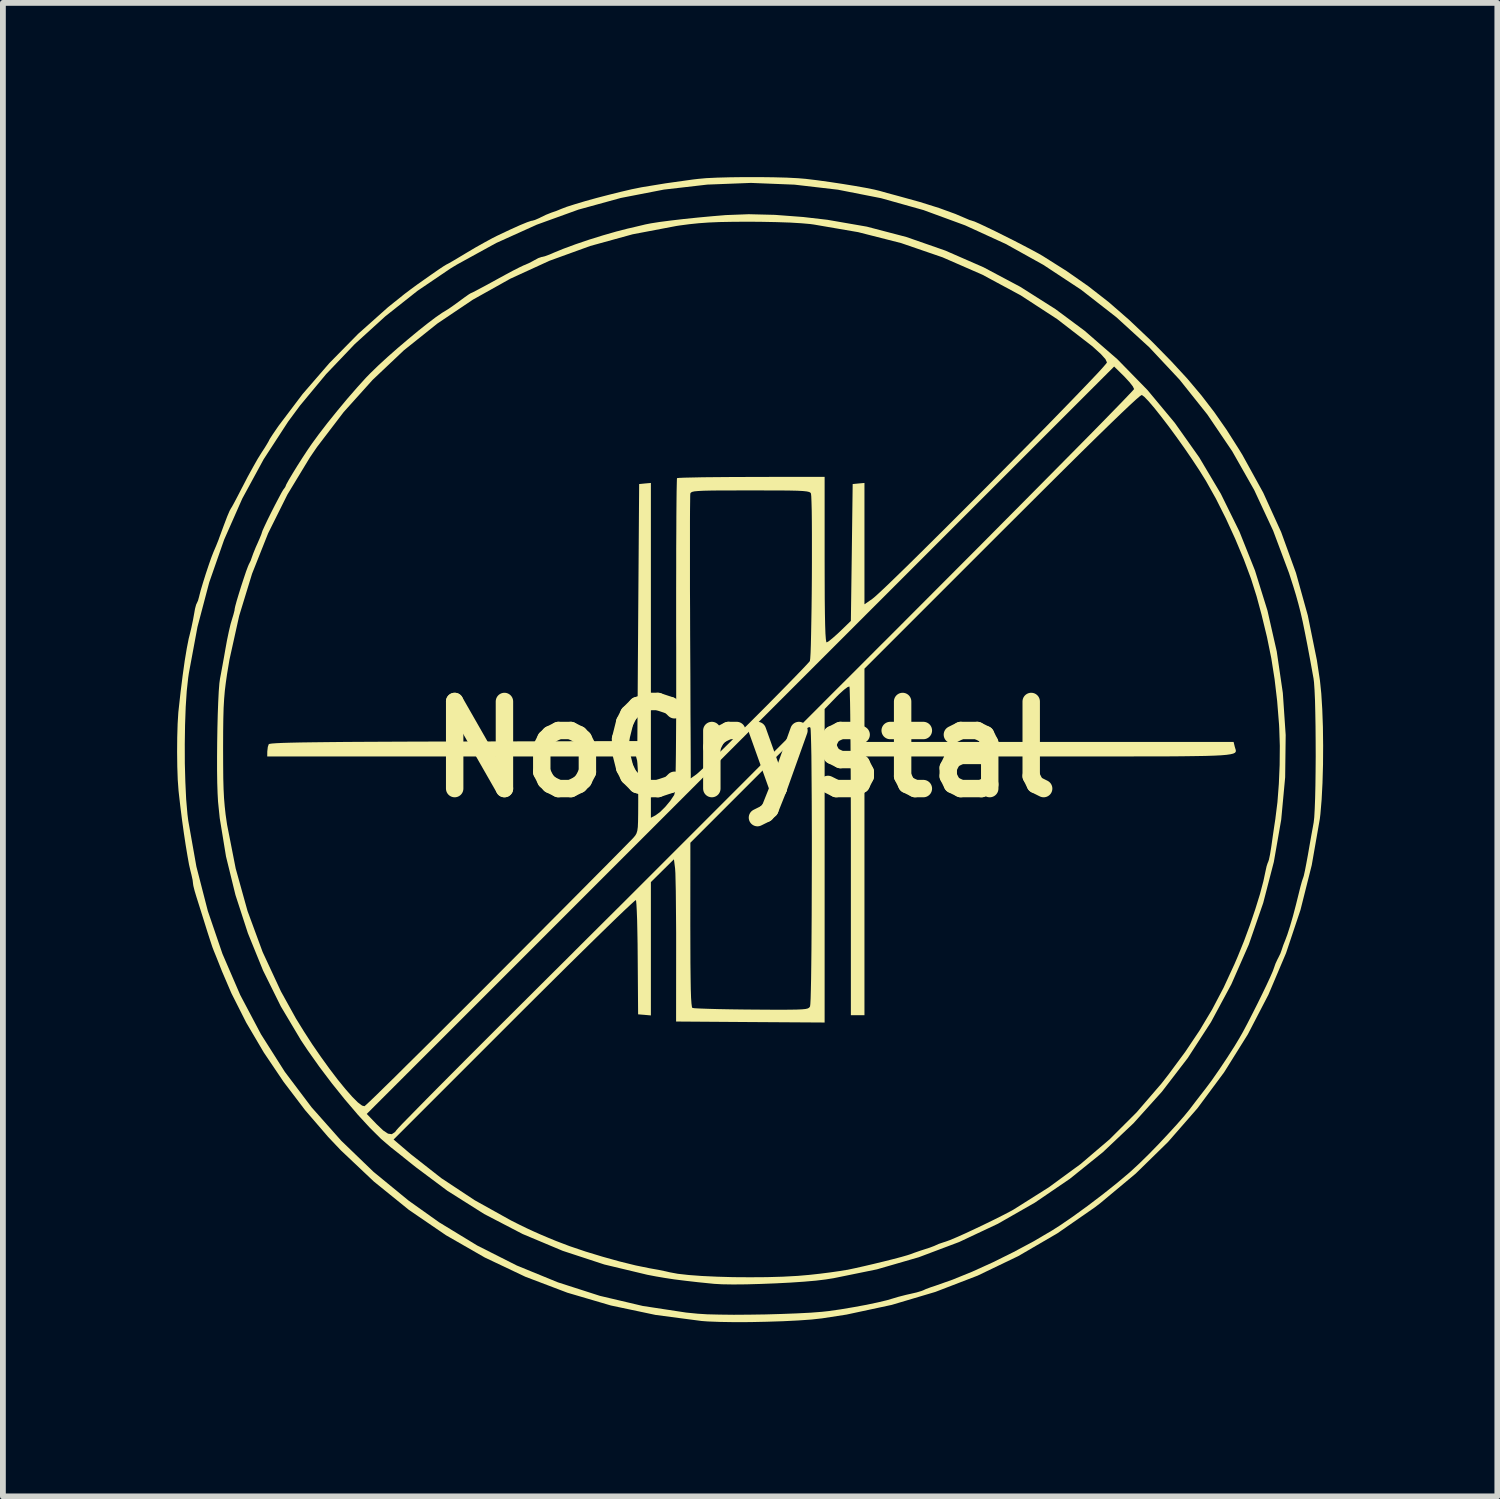
<source format=kicad_pcb>
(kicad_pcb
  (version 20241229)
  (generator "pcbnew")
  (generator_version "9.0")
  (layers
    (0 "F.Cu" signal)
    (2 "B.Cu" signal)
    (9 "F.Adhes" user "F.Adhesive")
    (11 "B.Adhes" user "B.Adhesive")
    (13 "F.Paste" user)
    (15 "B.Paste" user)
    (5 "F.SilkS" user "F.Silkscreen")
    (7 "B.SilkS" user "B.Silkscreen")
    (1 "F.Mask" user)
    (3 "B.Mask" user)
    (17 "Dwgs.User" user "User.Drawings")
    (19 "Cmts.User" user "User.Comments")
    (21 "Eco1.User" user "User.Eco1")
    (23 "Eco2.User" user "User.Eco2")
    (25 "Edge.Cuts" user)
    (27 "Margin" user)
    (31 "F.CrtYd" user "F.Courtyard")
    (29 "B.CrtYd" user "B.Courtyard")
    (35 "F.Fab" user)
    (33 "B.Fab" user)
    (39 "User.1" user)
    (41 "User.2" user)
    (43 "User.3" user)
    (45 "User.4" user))
  (footprint "NoCrystal"
    (layer "F.Cu")
    (at 9.78 9.852)
    (property "Reference" "NoCrystal" (at 0 0 0) (layer "F.SilkS") (effects (font (size 1.5 1.5) (thickness 0.3))))
    (attr board_only exclude_from_pos_files exclude_from_bom)
    (fp_poly (pts (xy 0.245 -9.852) (xy 0.492 -9.849) (xy 0.719 -9.843) (xy 0.913 -9.833) (xy 1.044 -9.822) (xy 1.243 -9.798) (xy 1.459 -9.768) (xy 1.678 -9.735) (xy 1.887 -9.701) (xy 2.074 -9.668) (xy 2.224 -9.638) (xy 2.322 -9.614) (xy 2.449 -9.578) (xy 2.59 -9.54) (xy 2.649 -9.524) (xy 3.014 -9.423) (xy 3.342 -9.32) (xy 3.622 -9.218) (xy 3.791 -9.146) (xy 3.863 -9.115) (xy 3.909 -9.101) (xy 3.911 -9.1) (xy 3.952 -9.087) (xy 4.038 -9.049) (xy 4.159 -8.992) (xy 4.305 -8.922) (xy 4.465 -8.842) (xy 4.631 -8.759) (xy 4.791 -8.676) (xy 4.936 -8.6) (xy 5.056 -8.535) (xy 5.13 -8.492) (xy 5.539 -8.234) (xy 5.911 -7.974) (xy 6.264 -7.699) (xy 6.612 -7.396) (xy 6.973 -7.054) (xy 7.031 -6.997) (xy 7.344 -6.677) (xy 7.617 -6.381) (xy 7.859 -6.094) (xy 8.081 -5.805) (xy 8.293 -5.501) (xy 8.504 -5.169) (xy 8.564 -5.071) (xy 8.925 -4.416) (xy 9.233 -3.739) (xy 9.488 -3.036) (xy 9.692 -2.303) (xy 9.848 -1.534) (xy 9.901 -1.184) (xy 9.924 -0.96) (xy 9.941 -0.687) (xy 9.952 -0.383) (xy 9.956 -0.06) (xy 9.954 0.266) (xy 9.945 0.581) (xy 9.93 0.869) (xy 9.909 1.117) (xy 9.899 1.2) (xy 9.76 1.996) (xy 9.566 2.768) (xy 9.317 3.512) (xy 9.014 4.227) (xy 8.659 4.911) (xy 8.251 5.564) (xy 7.793 6.182) (xy 7.285 6.764) (xy 6.728 7.309) (xy 6.123 7.814) (xy 6.027 7.888) (xy 5.38 8.337) (xy 4.707 8.729) (xy 4.006 9.066) (xy 3.279 9.346) (xy 2.526 9.57) (xy 1.747 9.737) (xy 1.325 9.802) (xy 1.143 9.822) (xy 0.915 9.838) (xy 0.654 9.851) (xy 0.375 9.86) (xy 0.092 9.866) (xy -0.182 9.867) (xy -0.431 9.863) (xy -0.641 9.855) (xy -0.748 9.847) (xy -1.539 9.743) (xy -2.31 9.58) (xy -3.059 9.36) (xy -3.783 9.085) (xy -4.481 8.754) (xy -5.15 8.37) (xy -5.788 7.934) (xy -6.392 7.445) (xy -6.961 6.907) (xy -7.179 6.677) (xy -7.575 6.217) (xy -7.946 5.729) (xy -8.287 5.223) (xy -8.589 4.71) (xy -8.846 4.201) (xy -9.007 3.825) (xy -9.058 3.696) (xy -9.105 3.578) (xy -9.14 3.492) (xy -9.147 3.475) (xy -9.173 3.407) (xy -9.21 3.295) (xy -9.254 3.159) (xy -9.287 3.054) (xy -9.336 2.897) (xy -9.385 2.741) (xy -9.427 2.608) (xy -9.446 2.548) (xy -9.478 2.442) (xy -9.5 2.354) (xy -9.506 2.313) (xy -9.513 2.253) (xy -9.534 2.158) (xy -9.552 2.087) (xy -9.575 1.986) (xy -9.602 1.835) (xy -9.633 1.648) (xy -9.665 1.436) (xy -9.696 1.213) (xy -9.724 0.99) (xy -9.748 0.781) (xy -9.755 0.717) (xy -9.769 0.528) (xy -9.777 0.299) (xy -9.78 0.048) (xy -9.779 -0.088) (xy -9.648 -0.088) (xy -9.647 0.244) (xy -9.638 0.565) (xy -9.624 0.862) (xy -9.602 1.119) (xy -9.588 1.231) (xy -9.448 2.021) (xy -9.251 2.786) (xy -8.999 3.524) (xy -8.693 4.233) (xy -8.335 4.91) (xy -7.925 5.556) (xy -7.465 6.166) (xy -6.955 6.741) (xy -6.398 7.278) (xy -5.793 7.774) (xy -5.267 8.148) (xy -4.612 8.547) (xy -3.929 8.892) (xy -3.223 9.181) (xy -2.499 9.414) (xy -1.761 9.588) (xy -1.014 9.702) (xy -0.81 9.722) (xy -0.649 9.732) (xy -0.439 9.737) (xy -0.193 9.74) (xy 0.076 9.738) (xy 0.355 9.734) (xy 0.632 9.726) (xy 0.894 9.716) (xy 1.129 9.704) (xy 1.323 9.689) (xy 1.434 9.677) (xy 1.651 9.646) (xy 1.875 9.608) (xy 2.092 9.568) (xy 2.286 9.527) (xy 2.445 9.489) (xy 2.533 9.463) (xy 2.64 9.431) (xy 2.772 9.397) (xy 2.852 9.379) (xy 2.956 9.355) (xy 3.036 9.331) (xy 3.07 9.318) (xy 3.115 9.297) (xy 3.199 9.266) (xy 3.272 9.242) (xy 3.575 9.135) (xy 3.912 8.998) (xy 4.267 8.837) (xy 4.624 8.66) (xy 4.97 8.475) (xy 5.288 8.288) (xy 5.423 8.202) (xy 5.649 8.047) (xy 5.9 7.865) (xy 6.158 7.669) (xy 6.403 7.474) (xy 6.618 7.293) (xy 6.669 7.247) (xy 6.8 7.125) (xy 6.953 6.975) (xy 7.117 6.807) (xy 7.28 6.633) (xy 7.433 6.466) (xy 7.564 6.316) (xy 7.663 6.195) (xy 7.676 6.177) (xy 7.747 6.084) (xy 7.837 5.967) (xy 7.927 5.851) (xy 7.928 5.85) (xy 8.037 5.704) (xy 8.165 5.52) (xy 8.3 5.318) (xy 8.43 5.115) (xy 8.513 4.977) (xy 8.574 4.87) (xy 8.649 4.729) (xy 8.733 4.565) (xy 8.821 4.391) (xy 8.906 4.218) (xy 8.983 4.058) (xy 9.046 3.922) (xy 9.089 3.823) (xy 9.102 3.787) (xy 9.136 3.691) (xy 9.173 3.612) (xy 9.18 3.6) (xy 9.22 3.518) (xy 9.241 3.459) (xy 9.27 3.373) (xy 9.304 3.288) (xy 9.34 3.191) (xy 9.386 3.048) (xy 9.437 2.872) (xy 9.488 2.678) (xy 9.535 2.489) (xy 9.564 2.372) (xy 9.59 2.278) (xy 9.608 2.224) (xy 9.61 2.22) (xy 9.623 2.179) (xy 9.643 2.089) (xy 9.667 1.965) (xy 9.694 1.819) (xy 9.723 1.652) (xy 9.752 1.487) (xy 9.778 1.345) (xy 9.793 1.262) (xy 9.803 1.172) (xy 9.811 1.029) (xy 9.818 0.843) (xy 9.823 0.624) (xy 9.826 0.381) (xy 9.828 0.125) (xy 9.827 -0.134) (xy 9.825 -0.388) (xy 9.821 -0.626) (xy 9.816 -0.839) (xy 9.808 -1.017) (xy 9.799 -1.15) (xy 9.791 -1.215) (xy 9.734 -1.529) (xy 9.685 -1.791) (xy 9.642 -2.01) (xy 9.604 -2.196) (xy 9.567 -2.358) (xy 9.529 -2.506) (xy 9.489 -2.65) (xy 9.444 -2.798) (xy 9.392 -2.96) (xy 9.368 -3.034) (xy 9.095 -3.763) (xy 8.769 -4.463) (xy 8.39 -5.131) (xy 7.961 -5.765) (xy 7.484 -6.363) (xy 6.961 -6.922) (xy 6.395 -7.439) (xy 5.787 -7.913) (xy 5.139 -8.34) (xy 4.492 -8.7) (xy 3.791 -9.021) (xy 3.074 -9.284) (xy 2.343 -9.489) (xy 1.601 -9.635) (xy 0.853 -9.722) (xy 0.102 -9.752) (xy -0.649 -9.723) (xy -1.397 -9.637) (xy -2.138 -9.493) (xy -2.869 -9.292) (xy -3.585 -9.033) (xy -4.285 -8.717) (xy -4.964 -8.344) (xy -5.074 -8.277) (xy -5.641 -7.893) (xy -6.193 -7.456) (xy -6.721 -6.976) (xy -7.214 -6.459) (xy -7.664 -5.917) (xy -7.868 -5.641) (xy -8.29 -4.992) (xy -8.658 -4.315) (xy -8.97 -3.608) (xy -9.227 -2.872) (xy -9.429 -2.107) (xy -9.577 -1.312) (xy -9.589 -1.231) (xy -9.614 -1.002) (xy -9.632 -0.726) (xy -9.643 -0.416) (xy -9.648 -0.088) (xy -9.779 -0.088) (xy -9.778 -0.204) (xy -9.771 -0.437) (xy -9.759 -0.633) (xy -9.755 -0.67) (xy -9.721 -0.979) (xy -9.685 -1.266) (xy -9.649 -1.523) (xy -9.613 -1.739) (xy -9.58 -1.906) (xy -9.568 -1.952) (xy -9.535 -2.089) (xy -9.506 -2.227) (xy -9.488 -2.326) (xy -9.471 -2.421) (xy -9.452 -2.491) (xy -9.443 -2.509) (xy -9.42 -2.559) (xy -9.398 -2.639) (xy -9.397 -2.645) (xy -9.373 -2.738) (xy -9.334 -2.868) (xy -9.287 -3.018) (xy -9.237 -3.168) (xy -9.191 -3.3) (xy -9.154 -3.395) (xy -9.147 -3.411) (xy -9.107 -3.505) (xy -9.064 -3.613) (xy -9.058 -3.631) (xy -8.978 -3.848) (xy -8.918 -4.006) (xy -8.876 -4.105) (xy -8.854 -4.145) (xy -8.834 -4.177) (xy -8.792 -4.254) (xy -8.733 -4.366) (xy -8.664 -4.5) (xy -8.648 -4.53) (xy -8.564 -4.692) (xy -8.475 -4.854) (xy -8.393 -4.999) (xy -8.329 -5.102) (xy -8.266 -5.199) (xy -8.22 -5.275) (xy -8.197 -5.316) (xy -8.197 -5.319) (xy -8.18 -5.349) (xy -8.135 -5.419) (xy -8.07 -5.514) (xy -8.033 -5.568) (xy -7.619 -6.116) (xy -7.158 -6.649) (xy -6.662 -7.153) (xy -6.145 -7.614) (xy -5.859 -7.843) (xy -5.762 -7.916) (xy -5.645 -8.002) (xy -5.519 -8.091) (xy -5.395 -8.178) (xy -5.284 -8.255) (xy -5.196 -8.314) (xy -5.142 -8.347) (xy -5.131 -8.352) (xy -5.101 -8.368) (xy -5.029 -8.409) (xy -4.925 -8.471) (xy -4.8 -8.546) (xy -4.795 -8.549) (xy -4.645 -8.638) (xy -4.49 -8.725) (xy -4.352 -8.8) (xy -4.269 -8.842) (xy -4.049 -8.946) (xy -3.876 -9.024) (xy -3.752 -9.075) (xy -3.68 -9.099) (xy -3.668 -9.1) (xy -3.618 -9.114) (xy -3.54 -9.148) (xy -3.521 -9.158) (xy -3.428 -9.203) (xy -3.343 -9.237) (xy -3.335 -9.24) (xy -3.248 -9.27) (xy -3.163 -9.305) (xy -3.069 -9.341) (xy -2.927 -9.386) (xy -2.75 -9.439) (xy -2.551 -9.494) (xy -2.343 -9.548) (xy -2.138 -9.599) (xy -1.95 -9.643) (xy -1.792 -9.675) (xy -1.776 -9.678) (xy -1.367 -9.745) (xy -0.896 -9.811) (xy -0.81 -9.821) (xy -0.669 -9.834) (xy -0.479 -9.843) (xy -0.255 -9.849) (xy -0.009 -9.852)) (stroke (width 0) (type solid)) (fill yes) (layer "F.SilkS"))
    (fp_poly (pts (xy 0.512 -9.202) (xy 1.002 -9.165) (xy 1.418 -9.117) (xy 2.098 -8.999) (xy 2.778 -8.821) (xy 3.449 -8.587) (xy 4.106 -8.3) (xy 4.74 -7.963) (xy 5.346 -7.579) (xy 5.848 -7.206) (xy 6.413 -6.715) (xy 6.931 -6.185) (xy 7.401 -5.62) (xy 7.823 -5.024) (xy 8.194 -4.399) (xy 8.514 -3.749) (xy 8.782 -3.078) (xy 8.997 -2.388) (xy 9.157 -1.684) (xy 9.262 -0.968) (xy 9.311 -0.244) (xy 9.302 0.484) (xy 9.234 1.214) (xy 9.107 1.942) (xy 8.924 2.648) (xy 8.676 3.364) (xy 8.375 4.049) (xy 8.024 4.701) (xy 7.624 5.319) (xy 7.179 5.899) (xy 6.691 6.441) (xy 6.162 6.941) (xy 5.595 7.398) (xy 4.992 7.809) (xy 4.355 8.173) (xy 3.688 8.487) (xy 2.993 8.749) (xy 2.271 8.958) (xy 1.526 9.11) (xy 1.387 9.132) (xy 1.223 9.152) (xy 1.016 9.17) (xy 0.779 9.186) (xy 0.526 9.199) (xy 0.269 9.209) (xy 0.021 9.216) (xy -0.204 9.218) (xy -0.395 9.215) (xy -0.537 9.207) (xy -0.545 9.206) (xy -0.812 9.179) (xy -1.03 9.154) (xy -1.214 9.131) (xy -1.379 9.106) (xy -1.537 9.079) (xy -1.683 9.051) (xy -2.423 8.874) (xy -3.139 8.639) (xy -3.83 8.349) (xy -4.493 8.004) (xy -5.125 7.605) (xy -5.667 7.2) (xy -5.799 7.095) (xy -5.928 6.991) (xy -6.039 6.903) (xy -6.104 6.852) (xy -6.255 6.722) (xy -6.052 6.722) (xy -5.755 6.975) (xy -5.229 7.388) (xy -4.654 7.768) (xy -4.04 8.11) (xy -4.027 8.117) (xy -3.876 8.193) (xy -3.754 8.252) (xy -3.644 8.303) (xy -3.527 8.355) (xy -3.383 8.416) (xy -3.257 8.468) (xy -3.021 8.558) (xy -2.746 8.651) (xy -2.453 8.74) (xy -2.159 8.822) (xy -1.883 8.89) (xy -1.643 8.939) (xy -1.621 8.943) (xy -1.491 8.966) (xy -1.366 8.992) (xy -1.293 9.009) (xy -1.158 9.034) (xy -0.97 9.055) (xy -0.742 9.072) (xy -0.482 9.084) (xy -0.203 9.092) (xy 0.087 9.094) (xy 0.375 9.092) (xy 0.653 9.084) (xy 0.909 9.07) (xy 1.106 9.053) (xy 1.288 9.033) (xy 1.469 9.01) (xy 1.63 8.987) (xy 1.751 8.967) (xy 1.761 8.966) (xy 1.889 8.939) (xy 2.045 8.904) (xy 2.216 8.864) (xy 2.389 8.822) (xy 2.553 8.781) (xy 2.693 8.744) (xy 2.797 8.714) (xy 2.852 8.696) (xy 2.916 8.672) (xy 3.014 8.638) (xy 3.085 8.615) (xy 3.184 8.583) (xy 3.26 8.554) (xy 3.288 8.541) (xy 3.335 8.52) (xy 3.418 8.492) (xy 3.459 8.479) (xy 3.53 8.453) (xy 3.644 8.405) (xy 3.79 8.34) (xy 3.955 8.263) (xy 4.127 8.181) (xy 4.295 8.099) (xy 4.446 8.023) (xy 4.569 7.959) (xy 4.628 7.926) (xy 5.23 7.546) (xy 5.778 7.145) (xy 6.28 6.717) (xy 6.743 6.255) (xy 7.175 5.754) (xy 7.296 5.598) (xy 7.582 5.211) (xy 7.828 4.844) (xy 8.045 4.481) (xy 8.242 4.106) (xy 8.429 3.701) (xy 8.487 3.566) (xy 8.594 3.302) (xy 8.696 3.026) (xy 8.788 2.754) (xy 8.867 2.499) (xy 8.927 2.273) (xy 8.963 2.104) (xy 8.982 2.017) (xy 9.002 1.956) (xy 9.007 1.948) (xy 9.022 1.904) (xy 9.041 1.815) (xy 9.06 1.698) (xy 9.067 1.652) (xy 9.089 1.496) (xy 9.113 1.333) (xy 9.134 1.195) (xy 9.135 1.184) (xy 9.169 0.912) (xy 9.193 0.6) (xy 9.207 0.27) (xy 9.21 -0.058) (xy 9.2 -0.361) (xy 9.197 -0.421) (xy 9.164 -0.831) (xy 9.12 -1.206) (xy 9.063 -1.567) (xy 8.989 -1.931) (xy 8.895 -2.318) (xy 8.81 -2.633) (xy 8.714 -2.936) (xy 8.589 -3.271) (xy 8.441 -3.624) (xy 8.279 -3.977) (xy 8.109 -4.315) (xy 7.938 -4.62) (xy 7.923 -4.644) (xy 7.818 -4.812) (xy 7.697 -4.995) (xy 7.566 -5.186) (xy 7.43 -5.377) (xy 7.295 -5.561) (xy 7.166 -5.729) (xy 7.05 -5.875) (xy 6.952 -5.99) (xy 6.877 -6.068) (xy 6.834 -6.1) (xy 6.805 -6.083) (xy 6.737 -6.025) (xy 6.629 -5.926) (xy 6.48 -5.785) (xy 6.291 -5.603) (xy 6.06 -5.378) (xy 5.787 -5.11) (xy 5.473 -4.799) (xy 5.116 -4.444) (xy 4.716 -4.045) (xy 4.422 -3.752) (xy 2.057 -1.387) (xy 2.057 -0.756) (xy 2.057 -0.125) (xy 5.235 -0.125) (xy 8.414 -0.125) (xy 8.433 -0.047) (xy 8.441 -0.019) (xy 8.449 0.005) (xy 8.453 0.027) (xy 8.45 0.046) (xy 8.436 0.062) (xy 8.407 0.076) (xy 8.361 0.087) (xy 8.293 0.097) (xy 8.201 0.105) (xy 8.081 0.111) (xy 7.929 0.116) (xy 7.742 0.119) (xy 7.516 0.122) (xy 7.249 0.124) (xy 6.936 0.124) (xy 6.574 0.125) (xy 6.159 0.125) (xy 5.689 0.125) (xy 5.237 0.125) (xy 2.057 0.125) (xy 2.057 2.353) (xy 2.057 4.581) (xy 1.94 4.581) (xy 1.823 4.581) (xy 1.823 1.763) (xy 1.823 1.35) (xy 1.822 0.953) (xy 1.821 0.58) (xy 1.819 0.232) (xy 1.817 -0.084) (xy 1.814 -0.365) (xy 1.812 -0.605) (xy 1.809 -0.802) (xy 1.805 -0.949) (xy 1.802 -1.043) (xy 1.798 -1.08) (xy 1.798 -1.08) (xy 1.767 -1.07) (xy 1.704 -1.023) (xy 1.621 -0.948) (xy 1.572 -0.899) (xy 1.371 -0.692) (xy 1.371 2.007) (xy 1.371 4.707) (xy 0.092 4.699) (xy -1.187 4.69) (xy -1.186 3.444) (xy -1.186 3.165) (xy -1.187 3.022) (xy -0.942 3.022) (xy -0.941 3.385) (xy -0.94 3.689) (xy -0.937 3.938) (xy -0.934 4.133) (xy -0.929 4.28) (xy -0.922 4.38) (xy -0.914 4.438) (xy -0.907 4.455) (xy -0.868 4.461) (xy -0.774 4.466) (xy -0.634 4.471) (xy -0.455 4.476) (xy -0.245 4.48) (xy -0.012 4.483) (xy 0.108 4.484) (xy 0.381 4.486) (xy 0.598 4.487) (xy 0.766 4.486) (xy 0.892 4.484) (xy 0.981 4.48) (xy 1.042 4.474) (xy 1.08 4.465) (xy 1.103 4.452) (xy 1.116 4.436) (xy 1.12 4.429) (xy 1.125 4.389) (xy 1.13 4.293) (xy 1.134 4.146) (xy 1.138 3.955) (xy 1.141 3.725) (xy 1.144 3.462) (xy 1.146 3.172) (xy 1.148 2.862) (xy 1.149 2.537) (xy 1.15 2.203) (xy 1.151 1.866) (xy 1.151 1.532) (xy 1.15 1.206) (xy 1.149 0.895) (xy 1.147 0.605) (xy 1.145 0.342) (xy 1.143 0.111) (xy 1.139 -0.081) (xy 1.135 -0.229) (xy 1.131 -0.327) (xy 1.127 -0.367) (xy 1.118 -0.379) (xy 1.1 -0.379) (xy 1.069 -0.363) (xy 1.022 -0.327) (xy 0.954 -0.268) (xy 0.863 -0.183) (xy 0.744 -0.069) (xy 0.593 0.079) (xy 0.408 0.263) (xy 0.184 0.486) (xy 0.083 0.587) (xy -0.941 1.611) (xy -0.942 3.022) (xy -1.187 3.022) (xy -1.188 2.9) (xy -1.19 2.656) (xy -1.192 2.443) (xy -1.196 2.267) (xy -1.199 2.136) (xy -1.204 2.057) (xy -1.205 2.047) (xy -1.224 1.896) (xy -1.422 2.092) (xy -1.621 2.289) (xy -1.621 3.437) (xy -1.621 4.585) (xy -1.731 4.575) (xy -1.841 4.566) (xy -1.848 3.594) (xy -1.85 3.354) (xy -1.854 3.134) (xy -1.858 2.941) (xy -1.864 2.784) (xy -1.87 2.671) (xy -1.876 2.608) (xy -1.879 2.598) (xy -1.904 2.616) (xy -1.97 2.676) (xy -2.074 2.773) (xy -2.212 2.905) (xy -2.382 3.07) (xy -2.581 3.264) (xy -2.805 3.484) (xy -3.052 3.727) (xy -3.318 3.991) (xy -3.6 4.271) (xy -3.896 4.566) (xy -3.978 4.648) (xy -6.052 6.722) (xy -6.255 6.722) (xy -6.272 6.707) (xy -6.464 6.516) (xy -6.673 6.289) (xy -6.679 6.281) (xy -6.514 6.281) (xy -6.343 6.459) (xy -6.232 6.565) (xy -6.148 6.621) (xy -6.083 6.63) (xy -6.027 6.593) (xy -6.001 6.558) (xy -5.971 6.524) (xy -5.901 6.45) (xy -5.792 6.339) (xy -5.649 6.193) (xy -5.475 6.016) (xy -5.273 5.812) (xy -5.045 5.583) (xy -4.796 5.333) (xy -4.528 5.065) (xy -4.245 4.782) (xy -3.95 4.488) (xy -3.932 4.47) (xy -3.637 4.176) (xy -3.355 3.895) (xy -3.087 3.629) (xy -2.839 3.381) (xy -2.612 3.155) (xy -2.41 2.954) (xy -2.236 2.781) (xy -2.094 2.64) (xy -1.986 2.532) (xy -1.916 2.462) (xy -1.886 2.432) (xy -1.886 2.432) (xy -1.861 2.407) (xy -1.794 2.34) (xy -1.687 2.233) (xy -1.543 2.089) (xy -1.363 1.909) (xy -1.15 1.696) (xy -0.906 1.452) (xy -0.632 1.178) (xy -0.332 0.878) (xy -0.006 0.552) (xy 0.341 0.204) (xy 0.71 -0.164) (xy 1.097 -0.551) (xy 1.5 -0.955) (xy 1.918 -1.372) (xy 2.347 -1.802) (xy 2.423 -1.877) (xy 2.854 -2.309) (xy 3.273 -2.729) (xy 3.678 -3.135) (xy 4.067 -3.525) (xy 4.437 -3.898) (xy 4.787 -4.25) (xy 5.115 -4.581) (xy 5.418 -4.887) (xy 5.694 -5.166) (xy 5.942 -5.417) (xy 6.158 -5.637) (xy 6.341 -5.825) (xy 6.489 -5.977) (xy 6.599 -6.092) (xy 6.67 -6.167) (xy 6.7 -6.201) (xy 6.7 -6.203) (xy 6.679 -6.247) (xy 6.624 -6.318) (xy 6.545 -6.404) (xy 6.529 -6.421) (xy 6.357 -6.59) (xy -0.079 -0.155) (xy -6.514 6.281) (xy -6.679 6.281) (xy -6.891 6.033) (xy -7.113 5.757) (xy -7.33 5.47) (xy -7.535 5.18) (xy -7.647 5.012) (xy -7.994 4.429) (xy -8.3 3.811) (xy -8.561 3.169) (xy -8.775 2.511) (xy -8.938 1.847) (xy -9.046 1.188) (xy -9.075 0.904) (xy -9.083 0.761) (xy -9.089 0.577) (xy -9.092 0.362) (xy -9.092 0.126) (xy -9.091 0) (xy -8.988 0) (xy -8.987 0.275) (xy -8.985 0.499) (xy -8.98 0.684) (xy -8.972 0.842) (xy -8.96 0.985) (xy -8.945 1.123) (xy -8.924 1.269) (xy -8.919 1.302) (xy -8.771 2.055) (xy -8.567 2.787) (xy -8.307 3.493) (xy -7.992 4.171) (xy -7.734 4.637) (xy -7.597 4.859) (xy -7.453 5.082) (xy -7.304 5.298) (xy -7.156 5.503) (xy -7.014 5.69) (xy -6.882 5.852) (xy -6.765 5.985) (xy -6.667 6.083) (xy -6.594 6.138) (xy -6.553 6.148) (xy -6.524 6.123) (xy -6.454 6.058) (xy -6.346 5.954) (xy -6.203 5.814) (xy -6.028 5.643) (xy -5.825 5.441) (xy -5.595 5.214) (xy -5.342 4.963) (xy -5.07 4.691) (xy -4.78 4.402) (xy -4.476 4.098) (xy -4.245 3.866) (xy -3.932 3.552) (xy -3.631 3.25) (xy -3.344 2.961) (xy -3.074 2.69) (xy -2.825 2.439) (xy -2.6 2.212) (xy -2.401 2.012) (xy -2.232 1.841) (xy -2.096 1.703) (xy -1.995 1.6) (xy -1.933 1.537) (xy -1.915 1.517) (xy -1.888 1.484) (xy -1.869 1.45) (xy -1.855 1.405) (xy -1.846 1.34) (xy -1.842 1.245) (xy -1.84 1.109) (xy -1.839 0.925) (xy -1.839 0.847) (xy -1.84 0.658) (xy -1.843 0.487) (xy -1.847 0.345) (xy -1.853 0.244) (xy -1.858 0.195) (xy -1.877 0.125) (xy -5.052 0.125) (xy -8.228 0.125) (xy -8.227 0.039) (xy -8.218 -0.039) (xy -8.202 -0.086) (xy -8.186 -0.092) (xy -8.143 -0.098) (xy -8.072 -0.103) (xy -7.968 -0.108) (xy -7.829 -0.112) (xy -7.653 -0.116) (xy -7.435 -0.119) (xy -7.173 -0.122) (xy -6.865 -0.125) (xy -6.506 -0.127) (xy -6.094 -0.129) (xy -5.627 -0.131) (xy -5.101 -0.132) (xy -5.016 -0.132) (xy -1.854 -0.14) (xy -1.839 -2.353) (xy -1.823 -4.566) (xy -1.722 -4.576) (xy -1.621 -4.585) (xy -1.621 -1.702) (xy -1.621 1.181) (xy -1.541 1.139) (xy -1.465 1.084) (xy -1.375 0.995) (xy -1.289 0.892) (xy -1.223 0.794) (xy -1.219 0.787) (xy -1.212 0.758) (xy -1.206 0.697) (xy -1.201 0.602) (xy -1.197 0.469) (xy -1.193 0.295) (xy -1.19 0.078) (xy -1.188 -0.186) (xy -1.186 -0.5) (xy -1.185 -0.865) (xy -1.185 -1.286) (xy -1.185 -1.765) (xy -1.186 -1.966) (xy -1.186 -2.37) (xy -1.186 -2.755) (xy -1.185 -3.118) (xy -1.185 -3.405) (xy -0.948 -3.405) (xy -0.948 -3.096) (xy -0.948 -2.759) (xy -0.946 -2.399) (xy -0.945 -2.021) (xy -0.945 -1.995) (xy -0.943 -1.616) (xy -0.941 -1.254) (xy -0.94 -0.914) (xy -0.939 -0.601) (xy -0.937 -0.32) (xy -0.936 -0.076) (xy -0.935 0.126) (xy -0.935 0.281) (xy -0.935 0.384) (xy -0.934 0.43) (xy -0.934 0.431) (xy -0.935 0.503) (xy -0.837 0.433) (xy -0.795 0.397) (xy -0.713 0.321) (xy -0.598 0.211) (xy -0.455 0.072) (xy -0.289 -0.091) (xy -0.105 -0.273) (xy 0.092 -0.468) (xy 0.174 -0.55) (xy 0.372 -0.748) (xy 0.556 -0.934) (xy 0.722 -1.103) (xy 0.865 -1.25) (xy 0.981 -1.37) (xy 1.064 -1.458) (xy 1.11 -1.509) (xy 1.117 -1.519) (xy 1.123 -1.56) (xy 1.129 -1.656) (xy 1.134 -1.799) (xy 1.138 -1.981) (xy 1.142 -2.195) (xy 1.146 -2.432) (xy 1.149 -2.685) (xy 1.151 -2.946) (xy 1.152 -3.208) (xy 1.152 -3.462) (xy 1.152 -3.702) (xy 1.151 -3.918) (xy 1.149 -4.105) (xy 1.145 -4.253) (xy 1.141 -4.355) (xy 1.136 -4.403) (xy 1.135 -4.404) (xy 1.125 -4.419) (xy 1.103 -4.43) (xy 1.063 -4.439) (xy 0.998 -4.446) (xy 0.902 -4.451) (xy 0.769 -4.454) (xy 0.592 -4.456) (xy 0.365 -4.456) (xy 0.094 -4.457) (xy -0.186 -4.456) (xy -0.41 -4.456) (xy -0.585 -4.454) (xy -0.716 -4.451) (xy -0.81 -4.446) (xy -0.873 -4.44) (xy -0.911 -4.431) (xy -0.932 -4.419) (xy -0.941 -4.405) (xy -0.942 -4.402) (xy -0.944 -4.363) (xy -0.945 -4.266) (xy -0.947 -4.117) (xy -0.948 -3.921) (xy -0.948 -3.681) (xy -0.948 -3.405) (xy -1.185 -3.405) (xy -1.185 -3.454) (xy -1.183 -3.758) (xy -1.182 -4.027) (xy -1.18 -4.254) (xy -1.178 -4.437) (xy -1.175 -4.569) (xy -1.173 -4.647) (xy -1.171 -4.668) (xy -1.136 -4.672) (xy -1.046 -4.676) (xy -0.908 -4.679) (xy -0.726 -4.683) (xy -0.51 -4.685) (xy -0.264 -4.687) (xy 0.004 -4.688) (xy 0.11 -4.689) (xy 1.371 -4.69) (xy 1.371 -3.265) (xy 1.372 -2.896) (xy 1.373 -2.588) (xy 1.376 -2.336) (xy 1.38 -2.139) (xy 1.385 -1.993) (xy 1.392 -1.897) (xy 1.4 -1.847) (xy 1.406 -1.839) (xy 1.442 -1.859) (xy 1.51 -1.914) (xy 1.598 -1.992) (xy 1.632 -2.024) (xy 1.823 -2.209) (xy 1.839 -3.388) (xy 1.854 -4.566) (xy 1.956 -4.576) (xy 2.057 -4.585) (xy 2.057 -3.54) (xy 2.057 -2.495) (xy 2.189 -2.586) (xy 2.239 -2.627) (xy 2.327 -2.707) (xy 2.449 -2.822) (xy 2.601 -2.969) (xy 2.78 -3.143) (xy 2.981 -3.341) (xy 3.202 -3.56) (xy 3.438 -3.794) (xy 3.685 -4.041) (xy 3.94 -4.296) (xy 4.199 -4.556) (xy 4.458 -4.818) (xy 4.713 -5.076) (xy 4.961 -5.327) (xy 5.198 -5.568) (xy 5.419 -5.795) (xy 5.622 -6.004) (xy 5.802 -6.191) (xy 5.956 -6.352) (xy 6.08 -6.483) (xy 6.169 -6.581) (xy 6.221 -6.642) (xy 6.233 -6.661) (xy 6.207 -6.717) (xy 6.129 -6.804) (xy 6.002 -6.92) (xy 5.973 -6.945) (xy 5.375 -7.407) (xy 4.747 -7.816) (xy 4.088 -8.171) (xy 3.401 -8.471) (xy 2.688 -8.716) (xy 1.949 -8.904) (xy 1.187 -9.035) (xy 1.122 -9.044) (xy 0.974 -9.057) (xy 0.777 -9.069) (xy 0.542 -9.077) (xy 0.283 -9.082) (xy 0.047 -9.084) (xy -0.221 -9.082) (xy -0.441 -9.078) (xy -0.627 -9.07) (xy -0.795 -9.058) (xy -0.959 -9.041) (xy -1.133 -9.018) (xy -1.184 -9.01) (xy -1.936 -8.867) (xy -2.665 -8.666) (xy -3.368 -8.411) (xy -4.042 -8.102) (xy -4.687 -7.741) (xy -5.298 -7.33) (xy -5.875 -6.869) (xy -6.413 -6.36) (xy -6.912 -5.805) (xy -7.369 -5.206) (xy -7.494 -5.023) (xy -7.88 -4.386) (xy -8.212 -3.719) (xy -8.489 -3.022) (xy -8.711 -2.297) (xy -8.878 -1.544) (xy -8.92 -1.293) (xy -8.941 -1.146) (xy -8.958 -1.008) (xy -8.97 -0.867) (xy -8.979 -0.712) (xy -8.984 -0.531) (xy -8.987 -0.312) (xy -8.988 -0.044) (xy -8.988 0) (xy -9.091 0) (xy -9.09 -0.12) (xy -9.086 -0.366) (xy -9.08 -0.601) (xy -9.072 -0.814) (xy -9.063 -0.995) (xy -9.052 -1.135) (xy -9.041 -1.215) (xy -9.024 -1.304) (xy -9 -1.435) (xy -8.972 -1.589) (xy -8.95 -1.715) (xy -8.921 -1.875) (xy -8.889 -2.028) (xy -8.859 -2.155) (xy -8.839 -2.223) (xy -8.81 -2.318) (xy -8.791 -2.392) (xy -8.789 -2.415) (xy -8.779 -2.462) (xy -8.754 -2.554) (xy -8.718 -2.674) (xy -8.676 -2.809) (xy -8.632 -2.943) (xy -8.592 -3.062) (xy -8.559 -3.15) (xy -8.54 -3.194) (xy -8.539 -3.194) (xy -8.513 -3.247) (xy -8.493 -3.304) (xy -8.467 -3.376) (xy -8.426 -3.477) (xy -8.395 -3.546) (xy -8.355 -3.638) (xy -8.328 -3.705) (xy -8.321 -3.729) (xy -8.308 -3.766) (xy -8.272 -3.845) (xy -8.221 -3.953) (xy -8.16 -4.076) (xy -8.096 -4.202) (xy -8.035 -4.318) (xy -7.985 -4.412) (xy -7.951 -4.47) (xy -7.94 -4.483) (xy -7.916 -4.518) (xy -7.916 -4.519) (xy -7.9 -4.559) (xy -7.856 -4.639) (xy -7.79 -4.75) (xy -7.71 -4.88) (xy -7.622 -5.018) (xy -7.532 -5.155) (xy -7.462 -5.257) (xy -7.34 -5.424) (xy -7.19 -5.619) (xy -7.022 -5.827) (xy -6.849 -6.035) (xy -6.681 -6.228) (xy -6.531 -6.394) (xy -6.451 -6.476) (xy -6.315 -6.608) (xy -6.156 -6.754) (xy -5.981 -6.908) (xy -5.801 -7.061) (xy -5.625 -7.207) (xy -5.462 -7.336) (xy -5.322 -7.442) (xy -5.213 -7.517) (xy -5.176 -7.539) (xy -5.11 -7.58) (xy -5.016 -7.645) (xy -4.916 -7.718) (xy -4.826 -7.784) (xy -4.756 -7.833) (xy -4.721 -7.854) (xy -4.72 -7.854) (xy -4.688 -7.868) (xy -4.612 -7.908) (xy -4.5 -7.967) (xy -4.364 -8.041) (xy -4.284 -8.085) (xy -4.134 -8.167) (xy -3.998 -8.24) (xy -3.888 -8.296) (xy -3.815 -8.331) (xy -3.797 -8.338) (xy -3.723 -8.37) (xy -3.636 -8.416) (xy -3.633 -8.418) (xy -3.558 -8.458) (xy -3.501 -8.477) (xy -3.496 -8.477) (xy -3.447 -8.489) (xy -3.363 -8.52) (xy -3.294 -8.55) (xy -3.128 -8.618) (xy -2.92 -8.695) (xy -2.687 -8.774) (xy -2.446 -8.849) (xy -2.216 -8.915) (xy -2.014 -8.967) (xy -1.995 -8.971) (xy -1.871 -9) (xy -1.745 -9.03) (xy -1.722 -9.036) (xy -1.62 -9.056) (xy -1.467 -9.08) (xy -1.273 -9.105) (xy -1.05 -9.131) (xy -0.808 -9.156) (xy -0.559 -9.179) (xy -0.331 -9.198) (xy 0.065 -9.213)) (stroke (width 0) (type solid)) (fill yes) (layer "F.SilkS")))
  (gr_rect
    (start -3 -3)
    (end 22.736 22.719)
    (stroke (width 0.1) (type default))
    (fill no)
    (layer "Edge.Cuts")))
</source>
